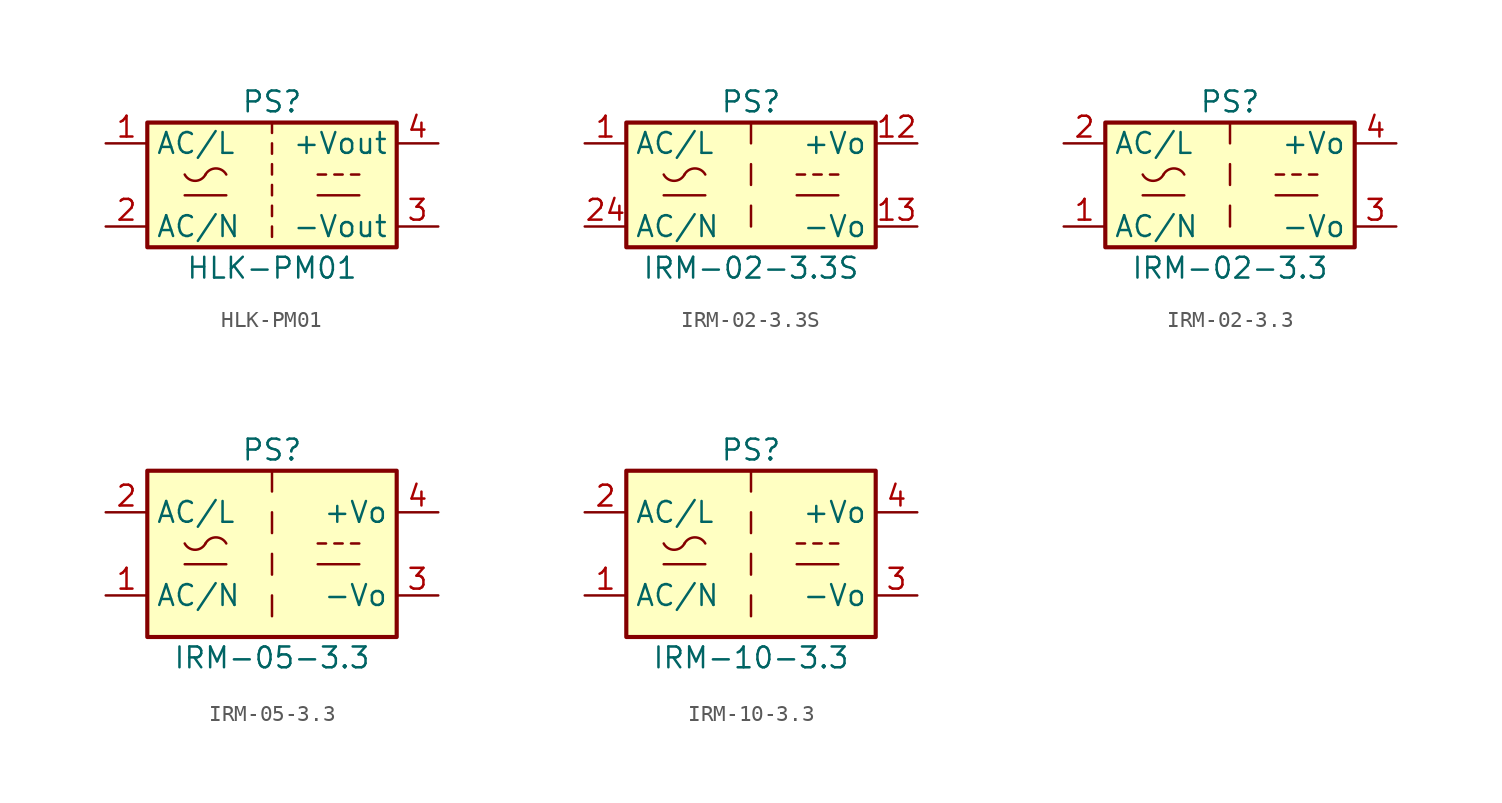
<source format=kicad_sym>
(kicad_symbol_lib
  (version 20220914)
  (generator kicad_symbol_editor)
  (symbol "HLK-PM01"
    (property "Reference" "PS"
      (at 0 5.08 0)
      (effects (font (size 1.27 1.27))))
    (property "Value" "HLK-PM01"
      (at 0 -5.08 0)
      (effects (font (size 1.27 1.27))))
    (symbol "HLK-PM01_0_1"
      (rectangle (start -7.62 3.81) (end 7.62 -3.81) (stroke (width 0.254) (type default)) (fill (type background)))
      (arc (start -5.334 0.635) (mid -4.699 0.2495) (end -4.064 0.635) (stroke (width 0) (type default)) (fill (type none)))
      (arc (start -2.794 0.635) (mid -3.429 1.0072) (end -4.064 0.635) (stroke (width 0) (type default)) (fill (type none)))
      (polyline (pts (xy -5.334 -0.635) (xy -2.794 -0.635)) (stroke (width 0) (type default)) (fill (type none)))
      (polyline (pts (xy 0 -2.54) (xy 0 -3.175)) (stroke (width 0) (type default)) (fill (type none)))
      (polyline (pts (xy 0 -1.27) (xy 0 -1.905)) (stroke (width 0) (type default)) (fill (type none)))
      (polyline (pts (xy 0 0) (xy 0 -0.635)) (stroke (width 0) (type default)) (fill (type none)))
      (polyline (pts (xy 0 1.27) (xy 0 0.635)) (stroke (width 0) (type default)) (fill (type none)))
      (polyline (pts (xy 0 2.54) (xy 0 1.905)) (stroke (width 0) (type default)) (fill (type none)))
      (polyline (pts (xy 0 3.81) (xy 0 3.175)) (stroke (width 0) (type default)) (fill (type none)))
      (polyline (pts (xy 2.794 -0.635) (xy 5.334 -0.635)) (stroke (width 0) (type default)) (fill (type none)))
      (polyline (pts (xy 2.794 0.635) (xy 3.302 0.635)) (stroke (width 0) (type default)) (fill (type none)))
      (polyline (pts (xy 3.81 0.635) (xy 4.318 0.635)) (stroke (width 0) (type default)) (fill (type none)))
      (polyline (pts (xy 4.826 0.635) (xy 5.334 0.635)) (stroke (width 0) (type default)) (fill (type none))))
    (symbol "HLK-PM01_1_1"
      (pin power_in line (at -10.16 2.54 0) (length 2.54) (name "AC/L" (effects (font (size 1.27 1.27)))) (number "1" (effects (font (size 1.27 1.27)))))
      (pin power_in line (at -10.16 -2.54 0) (length 2.54) (name "AC/N" (effects (font (size 1.27 1.27)))) (number "2" (effects (font (size 1.27 1.27)))))
      (pin power_out line (at 10.16 -2.54 180) (length 2.54) (name "-Vout" (effects (font (size 1.27 1.27)))) (number "3" (effects (font (size 1.27 1.27)))))
      (pin power_out line (at 10.16 2.54 180) (length 2.54) (name "+Vout" (effects (font (size 1.27 1.27)))) (number "4" (effects (font (size 1.27 1.27)))))))
  (symbol "IRM-02-3.3S"
    (property "Reference" "PS"
      (at 0 5.08 0)
      (effects (font (size 1.27 1.27))))
    (property "Value" "IRM-02-3.3S"
      (at 0 -5.08 0)
      (effects (font (size 1.27 1.27))))
    (symbol "IRM-02-3.3S_1_1"
      (rectangle (start -7.62 3.81) (end 7.62 -3.81) (stroke (width 0.254) (type default)) (fill (type background)))
      (arc (start -5.334 0.635) (mid -4.699 0.2495) (end -4.064 0.635) (stroke (width 0) (type default)) (fill (type none)))
      (arc (start -2.794 0.635) (mid -3.429 1.0072) (end -4.064 0.635) (stroke (width 0) (type default)) (fill (type none)))
      (polyline (pts (xy -5.334 -0.635) (xy -2.794 -0.635)) (stroke (width 0) (type default)) (fill (type none)))
      (polyline (pts (xy 0 -1.27) (xy 0 -2.54)) (stroke (width 0) (type default)) (fill (type none)))
      (polyline (pts (xy 0 1.27) (xy 0 0)) (stroke (width 0) (type default)) (fill (type none)))
      (polyline (pts (xy 0 3.81) (xy 0 2.54)) (stroke (width 0) (type default)) (fill (type none)))
      (polyline (pts (xy 2.794 -0.635) (xy 5.334 -0.635)) (stroke (width 0) (type default)) (fill (type none)))
      (polyline (pts (xy 2.794 0.635) (xy 3.302 0.635)) (stroke (width 0) (type default)) (fill (type none)))
      (polyline (pts (xy 3.81 0.635) (xy 4.318 0.635)) (stroke (width 0) (type default)) (fill (type none)))
      (polyline (pts (xy 4.826 0.635) (xy 5.334 0.635)) (stroke (width 0) (type default)) (fill (type none)))
      (pin power_in line (at -10.16 2.54 0) (length 2.54) (name "AC/L" (effects (font (size 1.27 1.27)))) (number "1" (effects (font (size 1.27 1.27)))))
      (pin power_out line (at 10.16 2.54 180) (length 2.54) (name "+Vo" (effects (font (size 1.27 1.27)))) (number "12" (effects (font (size 1.27 1.27)))))
      (pin power_out line (at 10.16 -2.54 180) (length 2.54) (name "-Vo" (effects (font (size 1.27 1.27)))) (number "13" (effects (font (size 1.27 1.27)))))
      (pin power_in line (at -10.16 -2.54 0) (length 2.54) (name "AC/N" (effects (font (size 1.27 1.27)))) (number "24" (effects (font (size 1.27 1.27)))))))
  (symbol "IRM-02-3.3"
    (property "Reference" "PS"
      (at 0 5.08 0)
      (effects (font (size 1.27 1.27))))
    (property "Value" "IRM-02-3.3"
      (at 0 -5.08 0)
      (effects (font (size 1.27 1.27))))
    (symbol "IRM-02-3.3_0_1"
      (rectangle (start -7.62 3.81) (end 7.62 -3.81) (stroke (width 0.254) (type default)) (fill (type background)))
      (arc (start -5.334 0.635) (mid -4.699 0.2495) (end -4.064 0.635) (stroke (width 0) (type default)) (fill (type none)))
      (arc (start -2.794 0.635) (mid -3.429 1.0072) (end -4.064 0.635) (stroke (width 0) (type default)) (fill (type none)))
      (polyline (pts (xy -5.334 -0.635) (xy -2.794 -0.635)) (stroke (width 0) (type default)) (fill (type none)))
      (polyline (pts (xy 2.794 -0.635) (xy 5.334 -0.635)) (stroke (width 0) (type default)) (fill (type none)))
      (polyline (pts (xy 2.794 0.635) (xy 3.302 0.635)) (stroke (width 0) (type default)) (fill (type none)))
      (polyline (pts (xy 3.81 0.635) (xy 4.318 0.635)) (stroke (width 0) (type default)) (fill (type none)))
      (polyline (pts (xy 4.826 0.635) (xy 5.334 0.635)) (stroke (width 0) (type default)) (fill (type none))))
    (symbol "IRM-02-3.3_1_1"
      (polyline (pts (xy 0 -1.27) (xy 0 -2.54)) (stroke (width 0) (type default)) (fill (type none)))
      (polyline (pts (xy 0 1.27) (xy 0 0)) (stroke (width 0) (type default)) (fill (type none)))
      (polyline (pts (xy 0 3.81) (xy 0 2.54)) (stroke (width 0) (type default)) (fill (type none)))
      (pin power_in line (at -10.16 -2.54 0) (length 2.54) (name "AC/N" (effects (font (size 1.27 1.27)))) (number "1" (effects (font (size 1.27 1.27)))))
      (pin power_in line (at -10.16 2.54 0) (length 2.54) (name "AC/L" (effects (font (size 1.27 1.27)))) (number "2" (effects (font (size 1.27 1.27)))))
      (pin power_out line (at 10.16 -2.54 180) (length 2.54) (name "-Vo" (effects (font (size 1.27 1.27)))) (number "3" (effects (font (size 1.27 1.27)))))
      (pin power_out line (at 10.16 2.54 180) (length 2.54) (name "+Vo" (effects (font (size 1.27 1.27)))) (number "4" (effects (font (size 1.27 1.27)))))))
  (symbol "IRM-05-3.3"
    (property "Reference" "PS"
      (at 0 6.35 0)
      (effects (font (size 1.27 1.27))))
    (property "Value" "IRM-05-3.3"
      (at 0 -6.35 0)
      (effects (font (size 1.27 1.27))))
    (symbol "IRM-05-3.3_0_1"
      (rectangle (start -7.62 5.08) (end 7.62 -5.08) (stroke (width 0.254) (type default)) (fill (type background)))
      (arc (start -5.334 0.635) (mid -4.699 0.2495) (end -4.064 0.635) (stroke (width 0) (type default)) (fill (type none)))
      (arc (start -2.794 0.635) (mid -3.429 1.0072) (end -4.064 0.635) (stroke (width 0) (type default)) (fill (type none)))
      (polyline (pts (xy -5.334 -0.635) (xy -2.794 -0.635)) (stroke (width 0) (type default)) (fill (type none)))
      (polyline (pts (xy 0 -2.54) (xy 0 -3.81)) (stroke (width 0) (type default)) (fill (type none)))
      (polyline (pts (xy 0 0) (xy 0 -1.27)) (stroke (width 0) (type default)) (fill (type none)))
      (polyline (pts (xy 0 2.54) (xy 0 1.27)) (stroke (width 0) (type default)) (fill (type none)))
      (polyline (pts (xy 0 5.08) (xy 0 3.81)) (stroke (width 0) (type default)) (fill (type none)))
      (polyline (pts (xy 2.794 -0.635) (xy 5.334 -0.635)) (stroke (width 0) (type default)) (fill (type none)))
      (polyline (pts (xy 2.794 0.635) (xy 3.302 0.635)) (stroke (width 0) (type default)) (fill (type none)))
      (polyline (pts (xy 3.81 0.635) (xy 4.318 0.635)) (stroke (width 0) (type default)) (fill (type none)))
      (polyline (pts (xy 4.826 0.635) (xy 5.334 0.635)) (stroke (width 0) (type default)) (fill (type none))))
    (symbol "IRM-05-3.3_1_1"
      (pin power_in line (at -10.16 -2.54 0) (length 2.54) (name "AC/N" (effects (font (size 1.27 1.27)))) (number "1" (effects (font (size 1.27 1.27)))))
      (pin power_in line (at -10.16 2.54 0) (length 2.54) (name "AC/L" (effects (font (size 1.27 1.27)))) (number "2" (effects (font (size 1.27 1.27)))))
      (pin power_out line (at 10.16 -2.54 180) (length 2.54) (name "-Vo" (effects (font (size 1.27 1.27)))) (number "3" (effects (font (size 1.27 1.27)))))
      (pin power_out line (at 10.16 2.54 180) (length 2.54) (name "+Vo" (effects (font (size 1.27 1.27)))) (number "4" (effects (font (size 1.27 1.27)))))))
  (symbol "IRM-10-3.3"
    (property "Reference" "PS"
      (at 0 6.35 0)
      (effects (font (size 1.27 1.27))))
    (property "Value" "IRM-10-3.3"
      (at 0 -6.35 0)
      (effects (font (size 1.27 1.27))))
    (symbol "IRM-10-3.3_0_1"
      (rectangle (start -7.62 5.08) (end 7.62 -5.08) (stroke (width 0.254) (type default)) (fill (type background)))
      (arc (start -5.334 0.635) (mid -4.699 0.2495) (end -4.064 0.635) (stroke (width 0) (type default)) (fill (type none)))
      (arc (start -2.794 0.635) (mid -3.429 1.0072) (end -4.064 0.635) (stroke (width 0) (type default)) (fill (type none)))
      (polyline (pts (xy -5.334 -0.635) (xy -2.794 -0.635)) (stroke (width 0) (type default)) (fill (type none)))
      (polyline (pts (xy 0 -2.54) (xy 0 -3.81)) (stroke (width 0) (type default)) (fill (type none)))
      (polyline (pts (xy 0 0) (xy 0 -1.27)) (stroke (width 0) (type default)) (fill (type none)))
      (polyline (pts (xy 0 2.54) (xy 0 1.27)) (stroke (width 0) (type default)) (fill (type none)))
      (polyline (pts (xy 0 5.08) (xy 0 3.81)) (stroke (width 0) (type default)) (fill (type none)))
      (polyline (pts (xy 2.794 -0.635) (xy 5.334 -0.635)) (stroke (width 0) (type default)) (fill (type none)))
      (polyline (pts (xy 2.794 0.635) (xy 3.302 0.635)) (stroke (width 0) (type default)) (fill (type none)))
      (polyline (pts (xy 3.81 0.635) (xy 4.318 0.635)) (stroke (width 0) (type default)) (fill (type none)))
      (polyline (pts (xy 4.826 0.635) (xy 5.334 0.635)) (stroke (width 0) (type default)) (fill (type none))))
    (symbol "IRM-10-3.3_1_1"
      (pin power_in line (at -10.16 -2.54 0) (length 2.54) (name "AC/N" (effects (font (size 1.27 1.27)))) (number "1" (effects (font (size 1.27 1.27)))))
      (pin power_in line (at -10.16 2.54 0) (length 2.54) (name "AC/L" (effects (font (size 1.27 1.27)))) (number "2" (effects (font (size 1.27 1.27)))))
      (pin power_out line (at 10.16 -2.54 180) (length 2.54) (name "-Vo" (effects (font (size 1.27 1.27)))) (number "3" (effects (font (size 1.27 1.27)))))
      (pin power_out line (at 10.16 2.54 180) (length 2.54) (name "+Vo" (effects (font (size 1.27 1.27)))) (number "4" (effects (font (size 1.27 1.27))))))))
</source>
